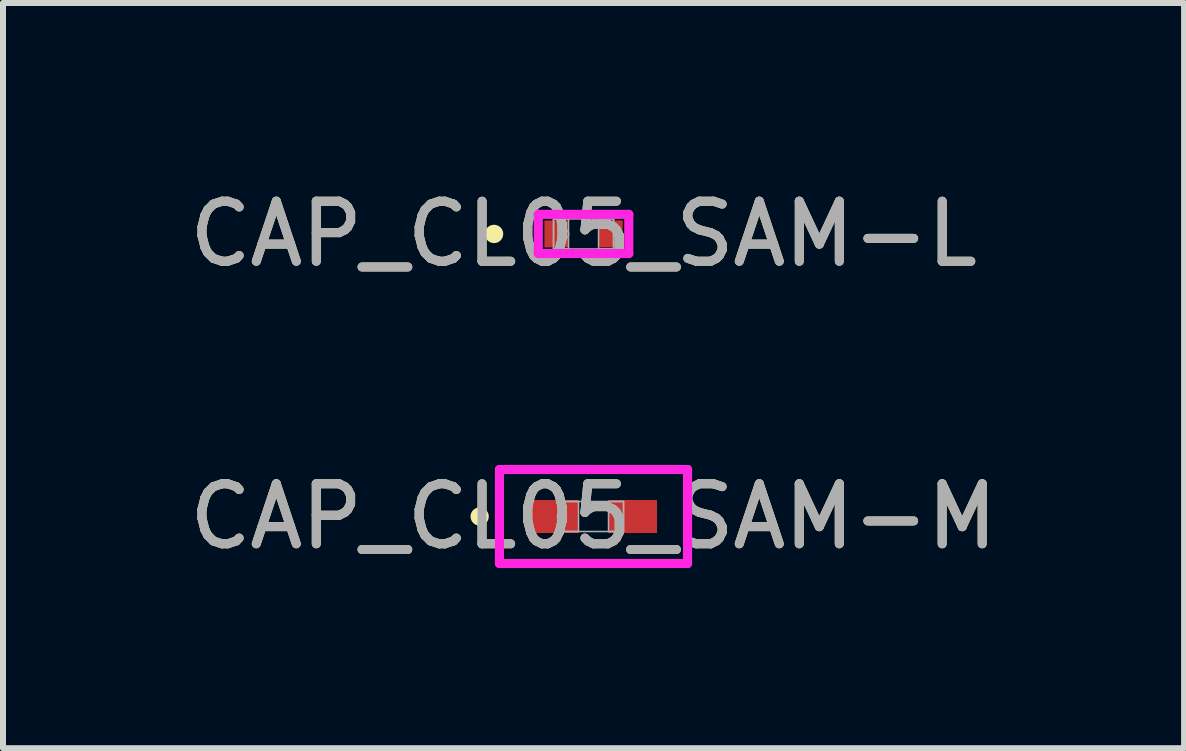
<source format=kicad_pcb>
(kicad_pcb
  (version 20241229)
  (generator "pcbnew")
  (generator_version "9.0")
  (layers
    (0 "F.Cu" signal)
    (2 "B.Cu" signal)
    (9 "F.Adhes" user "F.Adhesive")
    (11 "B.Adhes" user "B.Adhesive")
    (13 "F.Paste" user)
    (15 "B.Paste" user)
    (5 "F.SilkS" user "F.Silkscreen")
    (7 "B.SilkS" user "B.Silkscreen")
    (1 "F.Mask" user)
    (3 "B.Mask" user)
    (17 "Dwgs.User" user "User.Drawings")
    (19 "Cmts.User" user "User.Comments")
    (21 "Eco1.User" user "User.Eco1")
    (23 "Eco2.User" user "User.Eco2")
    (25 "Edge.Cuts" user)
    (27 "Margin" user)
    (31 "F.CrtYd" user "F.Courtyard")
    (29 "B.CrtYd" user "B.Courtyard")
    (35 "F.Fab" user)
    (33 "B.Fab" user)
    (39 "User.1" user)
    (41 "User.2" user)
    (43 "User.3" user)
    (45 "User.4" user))
  (footprint "CAP_CL05_SAM-L"
    (layer "F.Cu")
    (at 6.673 0.848)
    (property "Reference" "CAP_CL05_SAM-L" (at 0 0 0) (unlocked yes) (layer "F.SilkS") (effects (font (size 1 1) (thickness 0.15))))
    (attr smd)
    (fp_circle (center -1.491 0) (end -1.414 0) (stroke (width 0.152) (type solid)) (fill no) (layer "F.SilkS"))
    (fp_line (start -0.754 -0.326) (end 0.754 -0.326) (stroke (width 0.152) (type solid)) (layer "F.CrtYd"))
    (fp_line (start -0.754 0.326) (end -0.754 -0.326) (stroke (width 0.152) (type solid)) (layer "F.CrtYd"))
    (fp_line (start 0.754 -0.326) (end 0.754 0.326) (stroke (width 0.152) (type solid)) (layer "F.CrtYd"))
    (fp_line (start 0.754 0.326) (end -0.754 0.326) (stroke (width 0.152) (type solid)) (layer "F.CrtYd"))
    (fp_line (start -0.5 -0.25) (end -0.5 0.25) (stroke (width 0.025) (type solid)) (layer "F.Fab"))
    (fp_line (start -0.5 -0.25) (end -0.5 0.25) (stroke (width 0.025) (type solid)) (layer "F.Fab"))
    (fp_line (start -0.5 0.25) (end -0.25 0.25) (stroke (width 0.025) (type solid)) (layer "F.Fab"))
    (fp_line (start -0.5 0.25) (end 0.5 0.25) (stroke (width 0.025) (type solid)) (layer "F.Fab"))
    (fp_line (start -0.25 -0.25) (end -0.5 -0.25) (stroke (width 0.025) (type solid)) (layer "F.Fab"))
    (fp_line (start -0.25 0.25) (end -0.25 -0.25) (stroke (width 0.025) (type solid)) (layer "F.Fab"))
    (fp_line (start 0.25 -0.25) (end 0.25 0.25) (stroke (width 0.025) (type solid)) (layer "F.Fab"))
    (fp_line (start 0.25 0.25) (end 0.5 0.25) (stroke (width 0.025) (type solid)) (layer "F.Fab"))
    (fp_line (start 0.5 -0.25) (end -0.5 -0.25) (stroke (width 0.025) (type solid)) (layer "F.Fab"))
    (fp_line (start 0.5 -0.25) (end 0.25 -0.25) (stroke (width 0.025) (type solid)) (layer "F.Fab"))
    (fp_line (start 0.5 0.25) (end 0.5 -0.25) (stroke (width 0.025) (type solid)) (layer "F.Fab"))
    (fp_line (start 0.5 0.25) (end 0.5 -0.25) (stroke (width 0.025) (type solid)) (layer "F.Fab"))
    (fp_circle (center -0.324 0) (end -0.248 0) (stroke (width 0.025) (type solid)) (fill no) (layer "F.Fab"))
    (fp_text user "${REFERENCE}" (at 0 0 0) (unlocked yes) (layer "F.Fab") (effects (font (size 1 1) (thickness 0.15))))
    (pad "1" smd rect (at -0.451 0) (size 0.402 0.449) (layers "F.Cu" "F.Mask" "F.Paste"))
    (pad "2" smd rect (at 0.451 0) (size 0.402 0.449) (layers "F.Cu" "F.Mask" "F.Paste"))
    (zone (net_name "") (layer "F.Cu") (hatch full 0.508) (connect_pads) (min_thickness 0.254) (filled_areas_thickness no) (keepout (tracks not_allowed) (vias not_allowed) (pads allowed) (copperpour not_allowed) (footprints allowed)) (placement (enabled no)) (fill) (polygon (pts (xy 6.473 0.649) (xy 6.872 0.649) (xy 6.872 1.047) (xy 6.473 1.047)))))
  (footprint "CAP_CL05_SAM-M"
    (layer "F.Cu")
    (at 6.839 5.556)
    (property "Reference" "CAP_CL05_SAM-M" (at 0 0 0) (unlocked yes) (layer "F.SilkS") (effects (font (size 1 1) (thickness 0.15))))
    (attr smd)
    (fp_circle (center -1.897 0) (end -1.821 0) (stroke (width 0.152) (type solid)) (fill no) (layer "F.SilkS"))
    (fp_line (start -1.567 -0.783) (end 1.567 -0.783) (stroke (width 0.152) (type solid)) (layer "F.CrtYd"))
    (fp_line (start -1.567 0.783) (end -1.567 -0.783) (stroke (width 0.152) (type solid)) (layer "F.CrtYd"))
    (fp_line (start 1.567 -0.783) (end 1.567 0.783) (stroke (width 0.152) (type solid)) (layer "F.CrtYd"))
    (fp_line (start 1.567 0.783) (end -1.567 0.783) (stroke (width 0.152) (type solid)) (layer "F.CrtYd"))
    (fp_line (start -0.5 -0.25) (end -0.5 0.25) (stroke (width 0.025) (type solid)) (layer "F.Fab"))
    (fp_line (start -0.5 -0.25) (end -0.5 0.25) (stroke (width 0.025) (type solid)) (layer "F.Fab"))
    (fp_line (start -0.5 0.25) (end -0.25 0.25) (stroke (width 0.025) (type solid)) (layer "F.Fab"))
    (fp_line (start -0.5 0.25) (end 0.5 0.25) (stroke (width 0.025) (type solid)) (layer "F.Fab"))
    (fp_line (start -0.25 -0.25) (end -0.5 -0.25) (stroke (width 0.025) (type solid)) (layer "F.Fab"))
    (fp_line (start -0.25 0.25) (end -0.25 -0.25) (stroke (width 0.025) (type solid)) (layer "F.Fab"))
    (fp_line (start 0.25 -0.25) (end 0.25 0.25) (stroke (width 0.025) (type solid)) (layer "F.Fab"))
    (fp_line (start 0.25 0.25) (end 0.5 0.25) (stroke (width 0.025) (type solid)) (layer "F.Fab"))
    (fp_line (start 0.5 -0.25) (end -0.5 -0.25) (stroke (width 0.025) (type solid)) (layer "F.Fab"))
    (fp_line (start 0.5 -0.25) (end 0.25 -0.25) (stroke (width 0.025) (type solid)) (layer "F.Fab"))
    (fp_line (start 0.5 0.25) (end 0.5 -0.25) (stroke (width 0.025) (type solid)) (layer "F.Fab"))
    (fp_line (start 0.5 0.25) (end 0.5 -0.25) (stroke (width 0.025) (type solid)) (layer "F.Fab"))
    (fp_circle (center -0.527 0) (end -0.451 0) (stroke (width 0.025) (type solid)) (fill no) (layer "F.Fab"))
    (fp_text user "${REFERENCE}" (at 0 0 0) (unlocked yes) (layer "F.Fab") (effects (font (size 1 1) (thickness 0.15))))
    (pad "1" smd rect (at -0.654 0) (size 0.809 0.551) (layers "F.Cu" "F.Mask" "F.Paste"))
    (pad "2" smd rect (at 0.654 0) (size 0.809 0.551) (layers "F.Cu" "F.Mask" "F.Paste"))
    (zone (net_name "") (layer "F.Cu") (hatch full 0.508) (connect_pads) (min_thickness 0.254) (filled_areas_thickness no) (keepout (tracks not_allowed) (vias not_allowed) (pads allowed) (copperpour not_allowed) (footprints allowed)) (placement (enabled no)) (fill) (polygon (pts (xy 6.64 5.357) (xy 7.038 5.357) (xy 7.038 5.755) (xy 6.64 5.755)))))
  (gr_rect
    (start -3 -3)
    (end 16.679 9.416)
    (stroke (width 0.1) (type default))
    (fill no)
    (layer "Edge.Cuts")))
</source>
